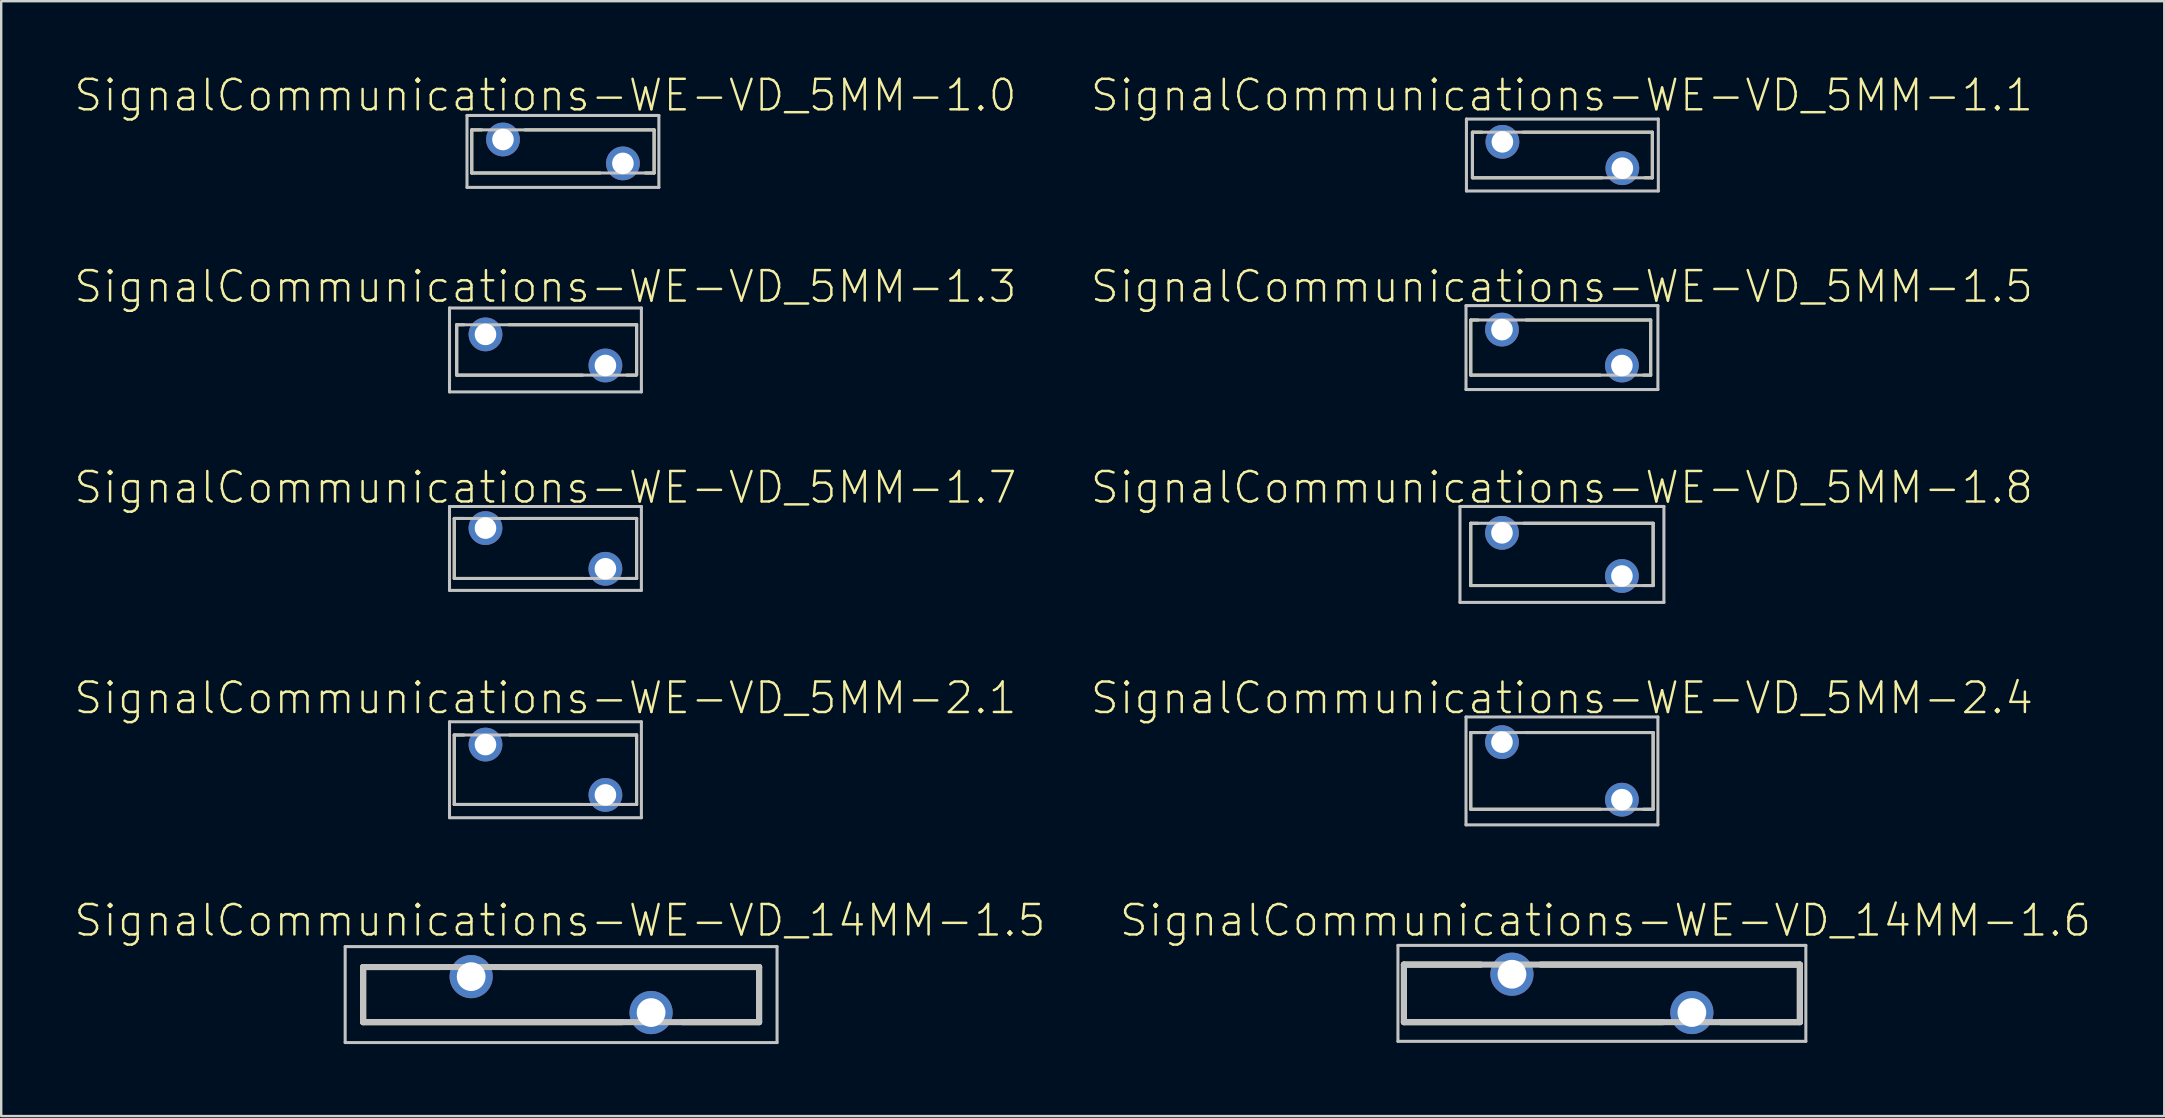
<source format=kicad_pcb>
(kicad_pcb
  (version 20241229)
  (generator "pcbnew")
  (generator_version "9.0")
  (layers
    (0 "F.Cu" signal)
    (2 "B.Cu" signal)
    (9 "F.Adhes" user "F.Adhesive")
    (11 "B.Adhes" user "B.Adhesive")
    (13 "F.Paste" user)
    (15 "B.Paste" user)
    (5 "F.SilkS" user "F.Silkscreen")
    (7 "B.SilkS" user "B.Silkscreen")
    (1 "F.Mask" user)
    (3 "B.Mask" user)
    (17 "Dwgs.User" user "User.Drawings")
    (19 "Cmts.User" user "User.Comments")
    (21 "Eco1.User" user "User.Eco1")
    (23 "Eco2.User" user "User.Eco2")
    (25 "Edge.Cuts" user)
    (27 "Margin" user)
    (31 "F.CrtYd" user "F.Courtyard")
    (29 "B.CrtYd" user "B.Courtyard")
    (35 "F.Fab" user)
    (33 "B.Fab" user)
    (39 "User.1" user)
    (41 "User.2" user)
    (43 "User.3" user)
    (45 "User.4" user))
  (footprint "SignalCommunications-WE-VD_5MM-1.7"
    (layer "F.Cu")
    (at 19.68 19.805)
    (property "Reference" "SignalCommunications-WE-VD_5MM-1.7" (at 0 -2.54 0) (layer "F.SilkS") (effects (font (size 1.27 1.27) (thickness 0.102))))
    (attr exclude_from_pos_files exclude_from_bom)
    (fp_line (start -3.8 -1.25) (end -3.399 -1.25) (stroke (width 0.127) (type solid)) (layer "F.SilkS"))
    (fp_line (start -3.8 1.25) (end -3.8 -1.25) (stroke (width 0.127) (type solid)) (layer "F.SilkS"))
    (fp_line (start -3.8 1.25) (end 1.598 1.25) (stroke (width 0.127) (type solid)) (layer "F.SilkS"))
    (fp_line (start -1.499 -1.25) (end 3.8 -1.25) (stroke (width 0.127) (type solid)) (layer "F.SilkS"))
    (fp_line (start 3.399 1.25) (end 3.8 1.25) (stroke (width 0.127) (type solid)) (layer "F.SilkS"))
    (fp_line (start 3.8 -1.25) (end 3.8 1.25) (stroke (width 0.127) (type solid)) (layer "F.SilkS"))
    (fp_line (start -3.998 -1.748) (end 3.998 -1.748) (stroke (width 0.127) (type solid)) (layer "Dwgs.User"))
    (fp_line (start -3.998 1.748) (end -3.998 -1.748) (stroke (width 0.127) (type solid)) (layer "Dwgs.User"))
    (fp_line (start -3.8 -1.25) (end -3.8 1.25) (stroke (width 0.127) (type solid)) (layer "Dwgs.User"))
    (fp_line (start -3.8 1.25) (end 3.8 1.25) (stroke (width 0.127) (type solid)) (layer "Dwgs.User"))
    (fp_line (start 3.8 -1.25) (end -3.8 -1.25) (stroke (width 0.127) (type solid)) (layer "Dwgs.User"))
    (fp_line (start 3.8 1.25) (end 3.8 -1.25) (stroke (width 0.127) (type solid)) (layer "Dwgs.User"))
    (fp_line (start 3.998 -1.748) (end 3.998 1.748) (stroke (width 0.127) (type solid)) (layer "Dwgs.User"))
    (fp_line (start 3.998 1.748) (end -3.998 1.748) (stroke (width 0.127) (type solid)) (layer "Dwgs.User"))
    (pad "1" thru_hole circle (at -2.499 -0.848) (size 1.407 1.407) (drill 0.899) (layers "*.Cu" "*.Paste" "*.Mask"))
    (pad "2" thru_hole circle (at 2.499 0.848) (size 1.407 1.407) (drill 0.899) (layers "*.Cu" "*.Paste" "*.Mask")))
  (footprint "SignalCommunications-WE-VD_5MM-1.0"
    (layer "F.Cu")
    (at 20.409 3.261)
    (property "Reference" "SignalCommunications-WE-VD_5MM-1.0" (at -0.729 -2.339 0) (layer "F.SilkS") (effects (font (size 1.27 1.27) (thickness 0.102))))
    (attr exclude_from_pos_files exclude_from_bom)
    (fp_line (start -3.8 -0.899) (end -3.8 0.899) (stroke (width 0.127) (type solid)) (layer "F.SilkS"))
    (fp_line (start -3.8 0.899) (end 1.549 0.899) (stroke (width 0.127) (type solid)) (layer "F.SilkS"))
    (fp_line (start -3.388 -0.899) (end -3.8 -0.899) (stroke (width 0.127) (type solid)) (layer "F.SilkS"))
    (fp_line (start 3.429 0.899) (end 3.8 0.899) (stroke (width 0.127) (type solid)) (layer "F.SilkS"))
    (fp_line (start 3.8 -0.899) (end -1.58 -0.899) (stroke (width 0.127) (type solid)) (layer "F.SilkS"))
    (fp_line (start 3.8 0.899) (end 3.8 -0.899) (stroke (width 0.127) (type solid)) (layer "F.SilkS"))
    (fp_line (start -3.998 -1.499) (end 3.998 -1.499) (stroke (width 0.127) (type solid)) (layer "Dwgs.User"))
    (fp_line (start -3.998 1.499) (end -3.998 -1.499) (stroke (width 0.127) (type solid)) (layer "Dwgs.User"))
    (fp_line (start -3.8 -0.899) (end 3.8 -0.899) (stroke (width 0.127) (type solid)) (layer "Dwgs.User"))
    (fp_line (start -3.8 0.899) (end -3.8 -0.899) (stroke (width 0.127) (type solid)) (layer "Dwgs.User"))
    (fp_line (start 3.8 -0.899) (end 3.8 0.899) (stroke (width 0.127) (type solid)) (layer "Dwgs.User"))
    (fp_line (start 3.8 0.899) (end -3.8 0.899) (stroke (width 0.127) (type solid)) (layer "Dwgs.User"))
    (fp_line (start 3.998 -1.499) (end 3.998 1.499) (stroke (width 0.127) (type solid)) (layer "Dwgs.User"))
    (fp_line (start 3.998 1.499) (end -3.998 1.499) (stroke (width 0.127) (type solid)) (layer "Dwgs.User"))
    (pad "1" thru_hole circle (at -2.499 -0.498) (size 1.407 1.407) (drill 0.899) (layers "*.Cu" "*.Paste" "*.Mask"))
    (pad "2" thru_hole circle (at 2.499 0.498) (size 1.407 1.407) (drill 0.899) (layers "*.Cu" "*.Paste" "*.Mask")))
  (footprint "SignalCommunications-WE-VD_5MM-2.4"
    (layer "F.Cu")
    (at 62.04 29.076)
    (property "Reference" "SignalCommunications-WE-VD_5MM-2.4" (at 0 -3.038 0) (layer "F.SilkS") (effects (font (size 1.27 1.27) (thickness 0.102))))
    (attr exclude_from_pos_files exclude_from_bom)
    (fp_line (start -3.8 -1.598) (end -3.399 -1.598) (stroke (width 0.127) (type solid)) (layer "F.SilkS"))
    (fp_line (start -3.8 1.598) (end -3.8 -1.598) (stroke (width 0.127) (type solid)) (layer "F.SilkS"))
    (fp_line (start -3.8 1.598) (end 1.598 1.598) (stroke (width 0.127) (type solid)) (layer "F.SilkS"))
    (fp_line (start -1.499 -1.598) (end 3.8 -1.598) (stroke (width 0.127) (type solid)) (layer "F.SilkS"))
    (fp_line (start 3.8 -1.598) (end 3.8 1.598) (stroke (width 0.127) (type solid)) (layer "F.SilkS"))
    (fp_line (start 3.8 1.598) (end 3.399 1.598) (stroke (width 0.127) (type solid)) (layer "F.SilkS"))
    (fp_line (start -3.998 -2.248) (end 3.998 -2.248) (stroke (width 0.127) (type solid)) (layer "Dwgs.User"))
    (fp_line (start -3.998 2.248) (end -3.998 -2.248) (stroke (width 0.127) (type solid)) (layer "Dwgs.User"))
    (fp_line (start -3.8 -1.598) (end -3.8 1.598) (stroke (width 0.127) (type solid)) (layer "Dwgs.User"))
    (fp_line (start -3.8 1.598) (end 3.8 1.598) (stroke (width 0.127) (type solid)) (layer "Dwgs.User"))
    (fp_line (start 3.8 -1.598) (end -3.8 -1.598) (stroke (width 0.127) (type solid)) (layer "Dwgs.User"))
    (fp_line (start 3.8 1.598) (end 3.8 -1.598) (stroke (width 0.127) (type solid)) (layer "Dwgs.User"))
    (fp_line (start 3.998 -2.248) (end 3.998 2.248) (stroke (width 0.127) (type solid)) (layer "Dwgs.User"))
    (fp_line (start 3.998 2.248) (end -3.998 2.248) (stroke (width 0.127) (type solid)) (layer "Dwgs.User"))
    (pad "1" thru_hole circle (at -2.499 -1.199) (size 1.407 1.407) (drill 0.899) (layers "*.Cu" "*.Paste" "*.Mask"))
    (pad "2" thru_hole circle (at 2.499 1.199) (size 1.407 1.407) (drill 0.899) (layers "*.Cu" "*.Paste" "*.Mask")))
  (footprint "SignalCommunications-WE-VD_5MM-1.3"
    (layer "F.Cu")
    (at 19.68 11.533)
    (property "Reference" "SignalCommunications-WE-VD_5MM-1.3" (at 0 -2.639 0) (layer "F.SilkS") (effects (font (size 1.27 1.27) (thickness 0.102))))
    (attr exclude_from_pos_files exclude_from_bom)
    (fp_line (start -3.698 -1.049) (end -3.399 -1.049) (stroke (width 0.127) (type solid)) (layer "F.SilkS"))
    (fp_line (start -3.698 1.049) (end -3.698 -1.049) (stroke (width 0.127) (type solid)) (layer "F.SilkS"))
    (fp_line (start -3.698 1.049) (end 1.549 1.049) (stroke (width 0.127) (type solid)) (layer "F.SilkS"))
    (fp_line (start 3.388 1.049) (end 3.769 1.049) (stroke (width 0.127) (type solid)) (layer "F.SilkS"))
    (fp_line (start 3.8 -1.049) (end -1.529 -1.049) (stroke (width 0.127) (type solid)) (layer "F.SilkS"))
    (fp_line (start 3.8 1.039) (end 3.8 -1.049) (stroke (width 0.127) (type solid)) (layer "F.SilkS"))
    (fp_line (start -3.998 -1.748) (end 3.998 -1.748) (stroke (width 0.127) (type solid)) (layer "Dwgs.User"))
    (fp_line (start -3.998 1.748) (end -3.998 -1.748) (stroke (width 0.127) (type solid)) (layer "Dwgs.User"))
    (fp_line (start -3.698 -1.049) (end 3.8 -1.049) (stroke (width 0.127) (type solid)) (layer "Dwgs.User"))
    (fp_line (start -3.698 1.049) (end -3.698 -1.049) (stroke (width 0.127) (type solid)) (layer "Dwgs.User"))
    (fp_line (start -3.698 1.049) (end 3.759 1.049) (stroke (width 0.127) (type solid)) (layer "Dwgs.User"))
    (fp_line (start 3.8 -1.049) (end 3.8 1.049) (stroke (width 0.127) (type solid)) (layer "Dwgs.User"))
    (fp_line (start 3.998 -1.748) (end 3.998 1.748) (stroke (width 0.127) (type solid)) (layer "Dwgs.User"))
    (fp_line (start 3.998 1.748) (end -3.998 1.748) (stroke (width 0.127) (type solid)) (layer "Dwgs.User"))
    (pad "1" thru_hole circle (at -2.499 -0.648) (size 1.407 1.407) (drill 0.899) (layers "*.Cu" "*.Paste" "*.Mask"))
    (pad "2" thru_hole circle (at 2.499 0.648) (size 1.407 1.407) (drill 0.899) (layers "*.Cu" "*.Paste" "*.Mask")))
  (footprint "SignalCommunications-WE-VD_14MM-1.6"
    (layer "F.Cu")
    (at 63.705 38.346)
    (property "Reference" "SignalCommunications-WE-VD_14MM-1.6" (at 0.15 -3.038 0) (layer "F.SilkS") (effects (font (size 1.27 1.27) (thickness 0.102))))
    (attr exclude_from_pos_files exclude_from_bom)
    (fp_line (start -8.25 -1.199) (end -5.05 -1.199) (stroke (width 0.254) (type solid)) (layer "F.SilkS"))
    (fp_line (start -8.25 1.199) (end -8.25 -1.199) (stroke (width 0.254) (type solid)) (layer "F.SilkS"))
    (fp_line (start -2.548 -1.199) (end 8.25 -1.199) (stroke (width 0.254) (type solid)) (layer "F.SilkS"))
    (fp_line (start 2.548 1.199) (end -8.25 1.199) (stroke (width 0.254) (type solid)) (layer "F.SilkS"))
    (fp_line (start 8.25 -1.199) (end 8.25 1.199) (stroke (width 0.254) (type solid)) (layer "F.SilkS"))
    (fp_line (start 8.25 1.199) (end 4.948 1.199) (stroke (width 0.254) (type solid)) (layer "F.SilkS"))
    (fp_line (start -8.499 -1.999) (end 8.499 -1.999) (stroke (width 0.127) (type solid)) (layer "Dwgs.User"))
    (fp_line (start -8.499 1.999) (end -8.499 -1.999) (stroke (width 0.127) (type solid)) (layer "Dwgs.User"))
    (fp_line (start -8.25 -1.199) (end -8.25 1.199) (stroke (width 0.254) (type solid)) (layer "Dwgs.User"))
    (fp_line (start -8.25 1.199) (end 8.25 1.199) (stroke (width 0.254) (type solid)) (layer "Dwgs.User"))
    (fp_line (start 8.25 -1.199) (end -8.25 -1.199) (stroke (width 0.254) (type solid)) (layer "Dwgs.User"))
    (fp_line (start 8.25 1.199) (end 8.25 -1.199) (stroke (width 0.254) (type solid)) (layer "Dwgs.User"))
    (fp_line (start 8.499 -1.999) (end 8.499 1.999) (stroke (width 0.127) (type solid)) (layer "Dwgs.User"))
    (fp_line (start 8.499 1.999) (end -8.499 1.999) (stroke (width 0.127) (type solid)) (layer "Dwgs.User"))
    (pad "1" thru_hole circle (at -3.749 -0.798) (size 1.798 1.798) (drill 1.199) (layers "*.Cu" "*.Paste" "*.Mask"))
    (pad "2" thru_hole circle (at 3.749 0.798) (size 1.798 1.798) (drill 1.199) (layers "*.Cu" "*.Paste" "*.Mask")))
  (footprint "SignalCommunications-WE-VD_5MM-1.5"
    (layer "F.Cu")
    (at 62.04 11.434)
    (property "Reference" "SignalCommunications-WE-VD_5MM-1.5" (at 0 -2.54 0) (layer "F.SilkS") (effects (font (size 1.27 1.27) (thickness 0.102))))
    (attr exclude_from_pos_files exclude_from_bom)
    (fp_line (start -3.8 -1.148) (end -3.498 -1.148) (stroke (width 0.127) (type solid)) (layer "F.SilkS"))
    (fp_line (start -3.8 1.148) (end -3.8 -1.148) (stroke (width 0.127) (type solid)) (layer "F.SilkS"))
    (fp_line (start -3.8 1.148) (end 1.598 1.148) (stroke (width 0.127) (type solid)) (layer "F.SilkS"))
    (fp_line (start -1.499 -1.148) (end 3.698 -1.148) (stroke (width 0.127) (type solid)) (layer "F.SilkS"))
    (fp_line (start 3.399 1.148) (end 3.698 1.148) (stroke (width 0.127) (type solid)) (layer "F.SilkS"))
    (fp_line (start 3.698 -1.148) (end 3.698 1.148) (stroke (width 0.127) (type solid)) (layer "F.SilkS"))
    (fp_line (start -3.998 -1.748) (end 3.998 -1.748) (stroke (width 0.127) (type solid)) (layer "Dwgs.User"))
    (fp_line (start -3.998 1.748) (end -3.998 -1.748) (stroke (width 0.127) (type solid)) (layer "Dwgs.User"))
    (fp_line (start -3.8 1.148) (end -3.8 -1.148) (stroke (width 0.127) (type solid)) (layer "Dwgs.User"))
    (fp_line (start 3.698 -1.148) (end -3.749 -1.148) (stroke (width 0.127) (type solid)) (layer "Dwgs.User"))
    (fp_line (start 3.698 -1.148) (end 3.698 1.148) (stroke (width 0.127) (type solid)) (layer "Dwgs.User"))
    (fp_line (start 3.698 1.148) (end -3.8 1.148) (stroke (width 0.127) (type solid)) (layer "Dwgs.User"))
    (fp_line (start 3.998 -1.748) (end 3.998 1.748) (stroke (width 0.127) (type solid)) (layer "Dwgs.User"))
    (fp_line (start 3.998 1.748) (end -3.998 1.748) (stroke (width 0.127) (type solid)) (layer "Dwgs.User"))
    (pad "1" thru_hole circle (at -2.499 -0.749) (size 1.407 1.407) (drill 0.899) (layers "*.Cu" "*.Paste" "*.Mask"))
    (pad "2" thru_hole circle (at 2.499 0.749) (size 1.407 1.407) (drill 0.899) (layers "*.Cu" "*.Paste" "*.Mask")))
  (footprint "SignalCommunications-WE-VD_5MM-1.8"
    (layer "F.Cu")
    (at 62.04 20.054)
    (property "Reference" "SignalCommunications-WE-VD_5MM-1.8" (at 0 -2.789 0) (layer "F.SilkS") (effects (font (size 1.27 1.27) (thickness 0.102))))
    (attr exclude_from_pos_files exclude_from_bom)
    (fp_line (start -3.8 -1.298) (end -3.8 1.298) (stroke (width 0.127) (type solid)) (layer "F.SilkS"))
    (fp_line (start -3.8 1.298) (end 1.598 1.298) (stroke (width 0.127) (type solid)) (layer "F.SilkS"))
    (fp_line (start -3.498 -1.298) (end -3.8 -1.298) (stroke (width 0.127) (type solid)) (layer "F.SilkS"))
    (fp_line (start 3.399 1.298) (end 3.8 1.298) (stroke (width 0.127) (type solid)) (layer "F.SilkS"))
    (fp_line (start 3.8 -1.298) (end -1.598 -1.298) (stroke (width 0.127) (type solid)) (layer "F.SilkS"))
    (fp_line (start 3.8 1.298) (end 3.8 -1.298) (stroke (width 0.127) (type solid)) (layer "F.SilkS"))
    (fp_line (start -4.249 -1.999) (end 4.249 -1.999) (stroke (width 0.127) (type solid)) (layer "Dwgs.User"))
    (fp_line (start -4.249 1.999) (end -4.249 -1.999) (stroke (width 0.127) (type solid)) (layer "Dwgs.User"))
    (fp_line (start -3.8 -1.298) (end -3.8 1.298) (stroke (width 0.127) (type solid)) (layer "Dwgs.User"))
    (fp_line (start -3.8 1.298) (end 3.8 1.298) (stroke (width 0.127) (type solid)) (layer "Dwgs.User"))
    (fp_line (start 3.8 -1.298) (end -3.8 -1.298) (stroke (width 0.127) (type solid)) (layer "Dwgs.User"))
    (fp_line (start 3.8 1.298) (end 3.8 -1.298) (stroke (width 0.127) (type solid)) (layer "Dwgs.User"))
    (fp_line (start 4.249 -1.999) (end 4.249 1.999) (stroke (width 0.127) (type solid)) (layer "Dwgs.User"))
    (fp_line (start 4.249 1.999) (end -4.249 1.999) (stroke (width 0.127) (type solid)) (layer "Dwgs.User"))
    (pad "1" thru_hole circle (at -2.499 -0.899) (size 1.407 1.407) (drill 0.899) (layers "*.Cu" "*.Paste" "*.Mask"))
    (pad "2" thru_hole circle (at 2.499 0.899) (size 1.407 1.407) (drill 0.899) (layers "*.Cu" "*.Paste" "*.Mask")))
  (footprint "SignalCommunications-WE-VD_5MM-1.1"
    (layer "F.Cu")
    (at 62.058 3.41)
    (property "Reference" "SignalCommunications-WE-VD_5MM-1.1" (at -0.018 -2.489 0) (layer "F.SilkS") (effects (font (size 1.27 1.27) (thickness 0.102))))
    (attr exclude_from_pos_files exclude_from_bom)
    (fp_line (start -3.749 -0.95) (end -3.348 -0.95) (stroke (width 0.127) (type solid)) (layer "F.SilkS"))
    (fp_line (start -3.749 0.259) (end -3.749 -0.95) (stroke (width 0.127) (type solid)) (layer "F.SilkS"))
    (fp_line (start -3.749 0.3) (end -3.749 0.95) (stroke (width 0.127) (type solid)) (layer "F.SilkS"))
    (fp_line (start -1.648 -0.95) (end 3.749 -0.95) (stroke (width 0.127) (type solid)) (layer "F.SilkS"))
    (fp_line (start 1.659 0.95) (end -3.698 0.95) (stroke (width 0.127) (type solid)) (layer "F.SilkS"))
    (fp_line (start 3.749 -0.95) (end 3.749 0.95) (stroke (width 0.127) (type solid)) (layer "F.SilkS"))
    (fp_line (start 3.749 0.95) (end 3.439 0.95) (stroke (width 0.127) (type solid)) (layer "F.SilkS"))
    (fp_line (start -3.998 -1.499) (end 3.998 -1.499) (stroke (width 0.127) (type solid)) (layer "Dwgs.User"))
    (fp_line (start -3.998 1.499) (end -3.998 -1.499) (stroke (width 0.127) (type solid)) (layer "Dwgs.User"))
    (fp_line (start -3.749 -0.95) (end -3.749 0.95) (stroke (width 0.127) (type solid)) (layer "Dwgs.User"))
    (fp_line (start -3.749 0.95) (end 3.749 0.95) (stroke (width 0.127) (type solid)) (layer "Dwgs.User"))
    (fp_line (start 3.749 -0.95) (end -3.749 -0.95) (stroke (width 0.127) (type solid)) (layer "Dwgs.User"))
    (fp_line (start 3.749 0.95) (end 3.749 -0.95) (stroke (width 0.127) (type solid)) (layer "Dwgs.User"))
    (fp_line (start 3.998 -1.499) (end 3.998 1.499) (stroke (width 0.127) (type solid)) (layer "Dwgs.User"))
    (fp_line (start 3.998 1.499) (end -3.998 1.499) (stroke (width 0.127) (type solid)) (layer "Dwgs.User"))
    (pad "1" thru_hole circle (at -2.499 -0.549) (size 1.407 1.407) (drill 0.899) (layers "*.Cu" "*.Paste" "*.Mask"))
    (pad "2" thru_hole circle (at 2.499 0.549) (size 1.407 1.407) (drill 0.899) (layers "*.Cu" "*.Paste" "*.Mask")))
  (footprint "SignalCommunications-WE-VD_5MM-2.1"
    (layer "F.Cu")
    (at 19.68 29.027)
    (property "Reference" "SignalCommunications-WE-VD_5MM-2.1" (at 0 -2.99 0) (layer "F.SilkS") (effects (font (size 1.27 1.27) (thickness 0.102))))
    (attr exclude_from_pos_files exclude_from_bom)
    (fp_line (start -3.8 -1.448) (end -3.399 -1.448) (stroke (width 0.127) (type solid)) (layer "F.SilkS"))
    (fp_line (start -3.8 1.448) (end -3.8 -1.448) (stroke (width 0.127) (type solid)) (layer "F.SilkS"))
    (fp_line (start -1.499 -1.448) (end 3.8 -1.448) (stroke (width 0.127) (type solid)) (layer "F.SilkS"))
    (fp_line (start 1.499 1.448) (end -3.8 1.448) (stroke (width 0.127) (type solid)) (layer "F.SilkS"))
    (fp_line (start 3.8 -1.448) (end 3.8 1.448) (stroke (width 0.127) (type solid)) (layer "F.SilkS"))
    (fp_line (start 3.8 1.448) (end 3.498 1.448) (stroke (width 0.127) (type solid)) (layer "F.SilkS"))
    (fp_line (start -3.998 -1.999) (end 3.998 -1.999) (stroke (width 0.127) (type solid)) (layer "Dwgs.User"))
    (fp_line (start -3.998 1.999) (end -3.998 -1.999) (stroke (width 0.127) (type solid)) (layer "Dwgs.User"))
    (fp_line (start -3.8 -1.448) (end -3.8 1.448) (stroke (width 0.127) (type solid)) (layer "Dwgs.User"))
    (fp_line (start -3.8 1.448) (end 3.8 1.448) (stroke (width 0.127) (type solid)) (layer "Dwgs.User"))
    (fp_line (start 3.8 -1.448) (end -3.8 -1.448) (stroke (width 0.127) (type solid)) (layer "Dwgs.User"))
    (fp_line (start 3.8 1.448) (end 3.8 -1.448) (stroke (width 0.127) (type solid)) (layer "Dwgs.User"))
    (fp_line (start 3.998 -1.999) (end 3.998 1.999) (stroke (width 0.127) (type solid)) (layer "Dwgs.User"))
    (fp_line (start 3.998 1.999) (end -3.998 1.999) (stroke (width 0.127) (type solid)) (layer "Dwgs.User"))
    (pad "1" thru_hole circle (at -2.499 -1.049) (size 1.407 1.407) (drill 0.899) (layers "*.Cu" "*.Paste" "*.Mask"))
    (pad "2" thru_hole circle (at 2.499 1.049) (size 1.407 1.407) (drill 0.899) (layers "*.Cu" "*.Paste" "*.Mask")))
  (footprint "SignalCommunications-WE-VD_14MM-1.5"
    (layer "F.Cu")
    (at 20.333 38.397)
    (property "Reference" "SignalCommunications-WE-VD_14MM-1.5" (at -0.048 -3.089 0) (layer "F.SilkS") (effects (font (size 1.27 1.27) (thickness 0.102))))
    (attr exclude_from_pos_files exclude_from_bom)
    (fp_line (start -8.25 -1.148) (end -8.25 1.148) (stroke (width 0.254) (type solid)) (layer "F.SilkS"))
    (fp_line (start -8.25 -1.148) (end -5.05 -1.148) (stroke (width 0.254) (type solid)) (layer "F.SilkS"))
    (fp_line (start -8.25 1.148) (end 2.548 1.148) (stroke (width 0.254) (type solid)) (layer "F.SilkS"))
    (fp_line (start -2.449 -1.148) (end 8.25 -1.148) (stroke (width 0.254) (type solid)) (layer "F.SilkS"))
    (fp_line (start 8.25 -1.148) (end 8.25 1.148) (stroke (width 0.254) (type solid)) (layer "F.SilkS"))
    (fp_line (start 8.25 1.148) (end 5.05 1.148) (stroke (width 0.254) (type solid)) (layer "F.SilkS"))
    (fp_line (start -8.999 -1.999) (end 8.999 -1.999) (stroke (width 0.127) (type solid)) (layer "Dwgs.User"))
    (fp_line (start -8.999 1.999) (end -8.999 -1.999) (stroke (width 0.127) (type solid)) (layer "Dwgs.User"))
    (fp_line (start -8.25 -1.148) (end 8.25 -1.148) (stroke (width 0.254) (type solid)) (layer "Dwgs.User"))
    (fp_line (start -8.25 1.148) (end -8.25 -1.148) (stroke (width 0.254) (type solid)) (layer "Dwgs.User"))
    (fp_line (start 8.25 -1.148) (end 8.25 1.148) (stroke (width 0.254) (type solid)) (layer "Dwgs.User"))
    (fp_line (start 8.25 1.148) (end -8.25 1.148) (stroke (width 0.254) (type solid)) (layer "Dwgs.User"))
    (fp_line (start 8.999 -1.999) (end 8.999 1.999) (stroke (width 0.127) (type solid)) (layer "Dwgs.User"))
    (fp_line (start 8.999 1.999) (end -8.999 1.999) (stroke (width 0.127) (type solid)) (layer "Dwgs.User"))
    (pad "1" thru_hole circle (at -3.749 -0.749) (size 1.798 1.798) (drill 1.199) (layers "*.Cu" "*.Paste" "*.Mask"))
    (pad "2" thru_hole circle (at 3.749 0.749) (size 1.798 1.798) (drill 1.199) (layers "*.Cu" "*.Paste" "*.Mask")))
  (gr_rect
    (start -3 -3)
    (end 87.14 43.459)
    (stroke (width 0.1) (type default))
    (fill no)
    (layer "Edge.Cuts")))
</source>
